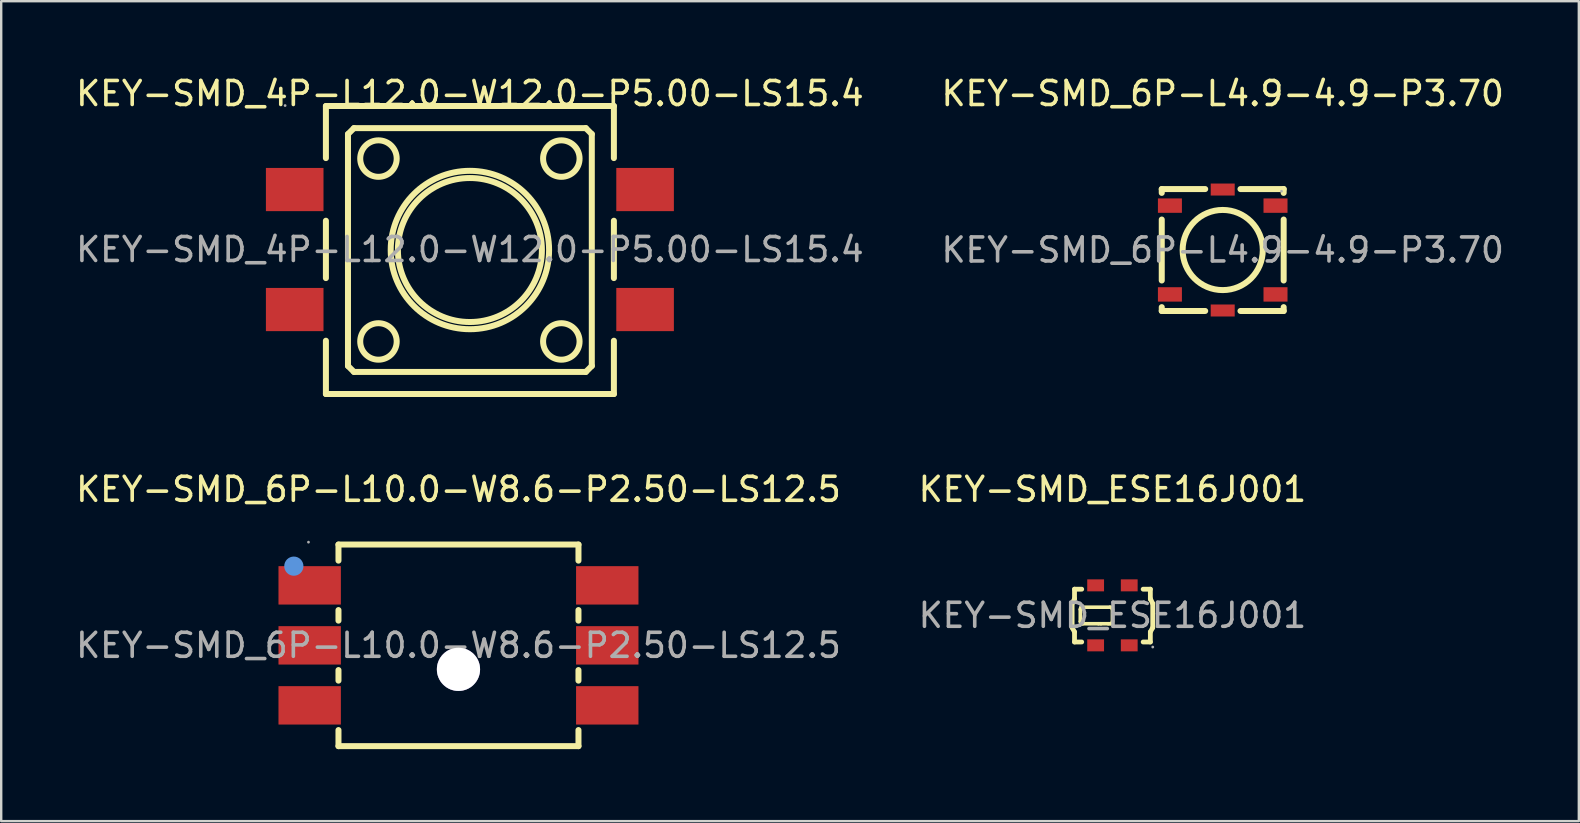
<source format=kicad_pcb>
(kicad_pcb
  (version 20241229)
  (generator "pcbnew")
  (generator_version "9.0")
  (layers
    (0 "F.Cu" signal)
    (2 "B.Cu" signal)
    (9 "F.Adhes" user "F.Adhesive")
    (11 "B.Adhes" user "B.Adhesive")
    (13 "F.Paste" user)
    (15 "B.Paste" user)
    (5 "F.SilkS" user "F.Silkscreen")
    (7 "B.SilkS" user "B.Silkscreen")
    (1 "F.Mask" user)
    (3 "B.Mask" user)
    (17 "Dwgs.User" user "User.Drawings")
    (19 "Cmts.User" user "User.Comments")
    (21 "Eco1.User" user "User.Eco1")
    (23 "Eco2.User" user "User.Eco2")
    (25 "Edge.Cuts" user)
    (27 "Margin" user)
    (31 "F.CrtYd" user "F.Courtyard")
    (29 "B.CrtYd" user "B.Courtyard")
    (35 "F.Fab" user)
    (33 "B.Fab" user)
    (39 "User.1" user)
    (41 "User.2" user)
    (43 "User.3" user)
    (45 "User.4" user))
  (footprint "KEY-SMD_4P-L12.0-W12.0-P5.00-LS15.4"
    (layer "F.Cu")
    (at 16.53 7.348)
    (property "Reference" "KEY-SMD_4P-L12.0-W12.0-P5.00-LS15.4" (at 0 -6.5 0) (layer "F.SilkS") (effects (font (size 1 1) (thickness 0.15))))
    (attr through_hole)
    (fp_line (start -6 -5.98) (end -6 -3.81) (stroke (width 0.25) (type solid)) (layer "F.SilkS"))
    (fp_line (start -6 -5.98) (end 6 -5.98) (stroke (width 0.25) (type solid)) (layer "F.SilkS"))
    (fp_line (start -6 -1.2) (end -6 1.19) (stroke (width 0.25) (type solid)) (layer "F.SilkS"))
    (fp_line (start -6 3.8) (end -6 6.02) (stroke (width 0.25) (type solid)) (layer "F.SilkS"))
    (fp_line (start -5.08 -4.81) (end -4.83 -5.06) (stroke (width 0.25) (type solid)) (layer "F.SilkS"))
    (fp_line (start -5.08 4.85) (end -5.08 -4.81) (stroke (width 0.25) (type solid)) (layer "F.SilkS"))
    (fp_line (start -4.83 -5.06) (end 4.83 -5.06) (stroke (width 0.25) (type solid)) (layer "F.SilkS"))
    (fp_line (start -4.83 5.1) (end -5.08 4.85) (stroke (width 0.25) (type solid)) (layer "F.SilkS"))
    (fp_line (start 4.83 -5.06) (end 5.08 -4.81) (stroke (width 0.25) (type solid)) (layer "F.SilkS"))
    (fp_line (start 4.83 5.1) (end -4.83 5.1) (stroke (width 0.25) (type solid)) (layer "F.SilkS"))
    (fp_line (start 5.08 -4.81) (end 5.08 4.85) (stroke (width 0.25) (type solid)) (layer "F.SilkS"))
    (fp_line (start 5.08 4.85) (end 4.83 5.1) (stroke (width 0.25) (type solid)) (layer "F.SilkS"))
    (fp_line (start 6 -5.98) (end 6 -3.81) (stroke (width 0.25) (type solid)) (layer "F.SilkS"))
    (fp_line (start 6 -1.2) (end 6 1.19) (stroke (width 0.25) (type solid)) (layer "F.SilkS"))
    (fp_line (start 6 3.8) (end 6 6.02) (stroke (width 0.25) (type solid)) (layer "F.SilkS"))
    (fp_line (start 6 6.02) (end -6 6.02) (stroke (width 0.25) (type solid)) (layer "F.SilkS"))
    (fp_circle (center -3.81 -3.79) (end -3.05 -3.79) (stroke (width 0.25) (type solid)) (fill no) (layer "F.SilkS"))
    (fp_circle (center -3.81 3.83) (end -3.05 3.83) (stroke (width 0.25) (type solid)) (fill no) (layer "F.SilkS"))
    (fp_circle (center 0 0.02) (end 3 0.02) (stroke (width 0.25) (type solid)) (fill no) (layer "F.SilkS"))
    (fp_circle (center 0 0.02) (end 3.3 0.02) (stroke (width 0.25) (type solid)) (fill no) (layer "F.SilkS"))
    (fp_circle (center 3.81 -3.79) (end 4.57 -3.79) (stroke (width 0.25) (type solid)) (fill no) (layer "F.SilkS"))
    (fp_circle (center 3.81 3.83) (end 4.57 3.83) (stroke (width 0.25) (type solid)) (fill no) (layer "F.SilkS"))
    (fp_circle (center -7.7 -6) (end -7.67 -6) (stroke (width 0.06) (type solid)) (fill no) (layer "F.Fab"))
    (fp_text user "${REFERENCE}" (at 0 0 0) (layer "F.Fab") (effects (font (size 1 1) (thickness 0.15))))
    (pad "1" smd rect (at -7.3 -2.5) (size 2.4 1.8) (layers "F.Cu" "F.Mask" "F.Paste"))
    (pad "2" smd rect (at 7.3 -2.5) (size 2.4 1.8) (layers "F.Cu" "F.Mask" "F.Paste"))
    (pad "3" smd rect (at -7.3 2.5) (size 2.4 1.8) (layers "F.Cu" "F.Mask" "F.Paste"))
    (pad "4" smd rect (at 7.3 2.5) (size 2.4 1.8) (layers "F.Cu" "F.Mask" "F.Paste")))
  (footprint "KEY-SMD_ESE16J001"
    (layer "F.Cu")
    (at 43.304 22.591)
    (property "Reference" "KEY-SMD_ESE16J001" (at 0 -5.25 0) (layer "F.SilkS") (effects (font (size 1 1) (thickness 0.15))))
    (attr through_hole)
    (fp_line (start -1.68 -0.49) (end -1.58 -0.69) (stroke (width 0.2) (type solid)) (layer "F.SilkS"))
    (fp_line (start -1.68 0.51) (end -1.68 -0.49) (stroke (width 0.2) (type solid)) (layer "F.SilkS"))
    (fp_line (start -1.58 -0.68) (end -1.58 -1.09) (stroke (width 0.2) (type solid)) (layer "F.SilkS"))
    (fp_line (start -1.58 0.69) (end -1.68 0.51) (stroke (width 0.2) (type solid)) (layer "F.SilkS"))
    (fp_line (start -1.58 1.11) (end -1.58 0.69) (stroke (width 0.2) (type solid)) (layer "F.SilkS"))
    (fp_line (start -1.34 -0.25) (end -1.32 -0.32) (stroke (width 0.15) (type solid)) (layer "F.SilkS"))
    (fp_line (start -1.34 0.26) (end -1.34 -0.24) (stroke (width 0.15) (type solid)) (layer "F.SilkS"))
    (fp_line (start -1.34 0.26) (end -1.26 0.34) (stroke (width 0.15) (type solid)) (layer "F.SilkS"))
    (fp_line (start -1.32 -0.32) (end -1.24 -0.34) (stroke (width 0.15) (type solid)) (layer "F.SilkS"))
    (fp_line (start -1.28 -1.09) (end -1.58 -1.09) (stroke (width 0.2) (type solid)) (layer "F.SilkS"))
    (fp_line (start -1.28 1.11) (end -1.58 1.11) (stroke (width 0.2) (type solid)) (layer "F.SilkS"))
    (fp_line (start -1.26 0.34) (end -1.24 0.35) (stroke (width 0.15) (type solid)) (layer "F.SilkS"))
    (fp_line (start -1.24 -0.34) (end -0.1 -0.34) (stroke (width 0.15) (type solid)) (layer "F.SilkS"))
    (fp_line (start -1.24 0.35) (end -0.58 0.35) (stroke (width 0.15) (type solid)) (layer "F.SilkS"))
    (fp_line (start -0.58 0.35) (end -0.48 0.35) (stroke (width 0.15) (type solid)) (layer "F.SilkS"))
    (fp_line (start -0.48 0.35) (end -0.17 0.35) (stroke (width 0.15) (type solid)) (layer "F.SilkS"))
    (fp_line (start -0.17 0.35) (end -0.09 0.35) (stroke (width 0.15) (type solid)) (layer "F.SilkS"))
    (fp_line (start -0.1 -0.34) (end -0.02 -0.32) (stroke (width 0.15) (type solid)) (layer "F.SilkS"))
    (fp_line (start -0.09 0.35) (end -0.02 0.34) (stroke (width 0.15) (type solid)) (layer "F.SilkS"))
    (fp_line (start -0.02 -0.32) (end 0 -0.25) (stroke (width 0.15) (type solid)) (layer "F.SilkS"))
    (fp_line (start -0.02 0.34) (end 0 0.26) (stroke (width 0.15) (type solid)) (layer "F.SilkS"))
    (fp_line (start 0 -0.25) (end 0 0.26) (stroke (width 0.15) (type solid)) (layer "F.SilkS"))
    (fp_line (start 1.58 -1.09) (end 1.28 -1.09) (stroke (width 0.2) (type solid)) (layer "F.SilkS"))
    (fp_line (start 1.58 -0.67) (end 1.58 -1.09) (stroke (width 0.2) (type solid)) (layer "F.SilkS"))
    (fp_line (start 1.58 0.69) (end 1.68 0.51) (stroke (width 0.2) (type solid)) (layer "F.SilkS"))
    (fp_line (start 1.58 1.11) (end 1.28 1.11) (stroke (width 0.2) (type solid)) (layer "F.SilkS"))
    (fp_line (start 1.58 1.11) (end 1.58 0.69) (stroke (width 0.2) (type solid)) (layer "F.SilkS"))
    (fp_line (start 1.68 -0.49) (end 1.58 -0.69) (stroke (width 0.2) (type solid)) (layer "F.SilkS"))
    (fp_line (start 1.68 0.51) (end 1.68 -0.49) (stroke (width 0.2) (type solid)) (layer "F.SilkS"))
    (fp_circle (center 1.68 1.32) (end 1.71 1.32) (stroke (width 0.06) (type solid)) (fill no) (layer "F.Fab"))
    (fp_text user "${REFERENCE}" (at 0 0 0) (layer "F.Fab") (effects (font (size 1 1) (thickness 0.15))))
    (pad "1" smd rect (at 0.7 1.25 180) (size 0.7 0.5) (layers "F.Cu" "F.Mask" "F.Paste"))
    (pad "2" smd rect (at -0.7 1.25 180) (size 0.7 0.5) (layers "F.Cu" "F.Mask" "F.Paste"))
    (pad "3" smd rect (at 0.7 -1.25 180) (size 0.7 0.5) (layers "F.Cu" "F.Mask" "F.Paste"))
    (pad "4" smd rect (at -0.7 -1.25 180) (size 0.7 0.5) (layers "F.Cu" "F.Mask" "F.Paste")))
  (footprint "KEY-SMD_6P-L4.9-4.9-P3.70"
    (layer "F.Cu")
    (at 47.899 7.368)
    (property "Reference" "KEY-SMD_6P-L4.9-4.9-P3.70" (at 0 -6.52 0) (layer "F.SilkS") (effects (font (size 1 1) (thickness 0.15))))
    (attr through_hole)
    (fp_line (start -2.54 -2.54) (end -2.54 -2.38) (stroke (width 0.25) (type solid)) (layer "F.SilkS"))
    (fp_line (start -2.54 -1.27) (end -2.54 1.27) (stroke (width 0.25) (type solid)) (layer "F.SilkS"))
    (fp_line (start -2.54 2.54) (end -2.54 2.38) (stroke (width 0.25) (type solid)) (layer "F.SilkS"))
    (fp_line (start -0.73 -2.54) (end -2.54 -2.54) (stroke (width 0.25) (type solid)) (layer "F.SilkS"))
    (fp_line (start -0.73 2.54) (end -2.54 2.54) (stroke (width 0.25) (type solid)) (layer "F.SilkS"))
    (fp_line (start 2.54 -2.54) (end 0.74 -2.54) (stroke (width 0.25) (type solid)) (layer "F.SilkS"))
    (fp_line (start 2.54 -2.38) (end 2.54 -2.54) (stroke (width 0.25) (type solid)) (layer "F.SilkS"))
    (fp_line (start 2.54 -1.27) (end 2.54 1.27) (stroke (width 0.25) (type solid)) (layer "F.SilkS"))
    (fp_line (start 2.54 2.38) (end 2.54 2.54) (stroke (width 0.25) (type solid)) (layer "F.SilkS"))
    (fp_line (start 2.54 2.54) (end 0.74 2.54) (stroke (width 0.25) (type solid)) (layer "F.SilkS"))
    (fp_circle (center 0 0) (end 1.67 0) (stroke (width 0.25) (type solid)) (fill no) (layer "F.SilkS"))
    (fp_circle (center 2.45 -2.45) (end 2.48 -2.45) (stroke (width 0.06) (type solid)) (fill no) (layer "F.Fab"))
    (fp_text user "${REFERENCE}" (at 0 0 0) (layer "F.Fab") (effects (font (size 1 1) (thickness 0.15))))
    (pad "1" smd rect (at 2.2 -1.85 270) (size 0.6 1) (layers "F.Cu" "F.Mask" "F.Paste"))
    (pad "2" smd rect (at -2.2 -1.85 270) (size 0.6 1) (layers "F.Cu" "F.Mask" "F.Paste"))
    (pad "3" smd rect (at -2.2 1.85 270) (size 0.6 1) (layers "F.Cu" "F.Mask" "F.Paste"))
    (pad "4" smd rect (at 2.2 1.85 270) (size 0.6 1) (layers "F.Cu" "F.Mask" "F.Paste"))
    (pad "5" smd rect (at 0 -2.52 270) (size 0.5 1) (layers "F.Cu" "F.Mask" "F.Paste"))
    (pad "6" smd rect (at 0 2.52 270) (size 0.5 1) (layers "F.Cu" "F.Mask" "F.Paste")))
  (footprint "KEY-SMD_6P-L10.0-W8.6-P2.50-LS12.5"
    (layer "F.Cu")
    (at 16.054 23.841)
    (property "Reference" "KEY-SMD_6P-L10.0-W8.6-P2.50-LS12.5" (at 0 -6.5 0) (layer "F.SilkS") (effects (font (size 1 1) (thickness 0.15))))
    (attr through_hole)
    (fp_line (start -5 -4.2) (end -5 -3.53) (stroke (width 0.25) (type solid)) (layer "F.SilkS"))
    (fp_line (start -5 -4.2) (end 5 -4.2) (stroke (width 0.25) (type solid)) (layer "F.SilkS"))
    (fp_line (start -5 -1.47) (end -5 -1.03) (stroke (width 0.25) (type solid)) (layer "F.SilkS"))
    (fp_line (start -5 1.03) (end -5 1.47) (stroke (width 0.25) (type solid)) (layer "F.SilkS"))
    (fp_line (start -5 3.53) (end -5 4.2) (stroke (width 0.25) (type solid)) (layer "F.SilkS"))
    (fp_line (start 5 -4.2) (end 5 -3.53) (stroke (width 0.25) (type solid)) (layer "F.SilkS"))
    (fp_line (start 5 -1.47) (end 5 -1.03) (stroke (width 0.25) (type solid)) (layer "F.SilkS"))
    (fp_line (start 5 1.03) (end 5 1.47) (stroke (width 0.25) (type solid)) (layer "F.SilkS"))
    (fp_line (start 5 3.53) (end 5 4.2) (stroke (width 0.25) (type solid)) (layer "F.SilkS"))
    (fp_line (start 5 4.2) (end -5 4.2) (stroke (width 0.25) (type solid)) (layer "F.SilkS"))
    (fp_circle (center -6.86 -3.3) (end -6.66 -3.3) (stroke (width 0.4) (type solid)) (fill no) (layer "Cmts.User"))
    (fp_circle (center 0 1) (end 0.38 1) (stroke (width 0.75) (type solid)) (fill no) (layer "Cmts.User"))
    (fp_circle (center -6.25 -4.3) (end -6.22 -4.3) (stroke (width 0.06) (type solid)) (fill no) (layer "F.Fab"))
    (fp_text user "${REFERENCE}" (at 0 0 0) (layer "F.Fab") (effects (font (size 1 1) (thickness 0.15))))
    (pad "" thru_hole circle (at 0 1) (size 1.8 1.8) (drill 1.8) (layers "*.Cu" "*.Mask"))
    (pad "1" smd rect (at -6.2 -2.5) (size 2.6 1.6) (layers "F.Cu" "F.Mask" "F.Paste"))
    (pad "2" smd rect (at -6.2 0) (size 2.6 1.6) (layers "F.Cu" "F.Mask" "F.Paste"))
    (pad "3" smd rect (at -6.2 2.5) (size 2.6 1.6) (layers "F.Cu" "F.Mask" "F.Paste"))
    (pad "4" smd rect (at 6.2 2.5) (size 2.6 1.6) (layers "F.Cu" "F.Mask" "F.Paste"))
    (pad "5" smd rect (at 6.2 0) (size 2.6 1.6) (layers "F.Cu" "F.Mask" "F.Paste"))
    (pad "6" smd rect (at 6.2 -2.5) (size 2.6 1.6) (layers "F.Cu" "F.Mask" "F.Paste")))
  (gr_rect
    (start -3 -3)
    (end 62.738 31.166)
    (stroke (width 0.1) (type default))
    (fill no)
    (layer "Edge.Cuts")))
</source>
